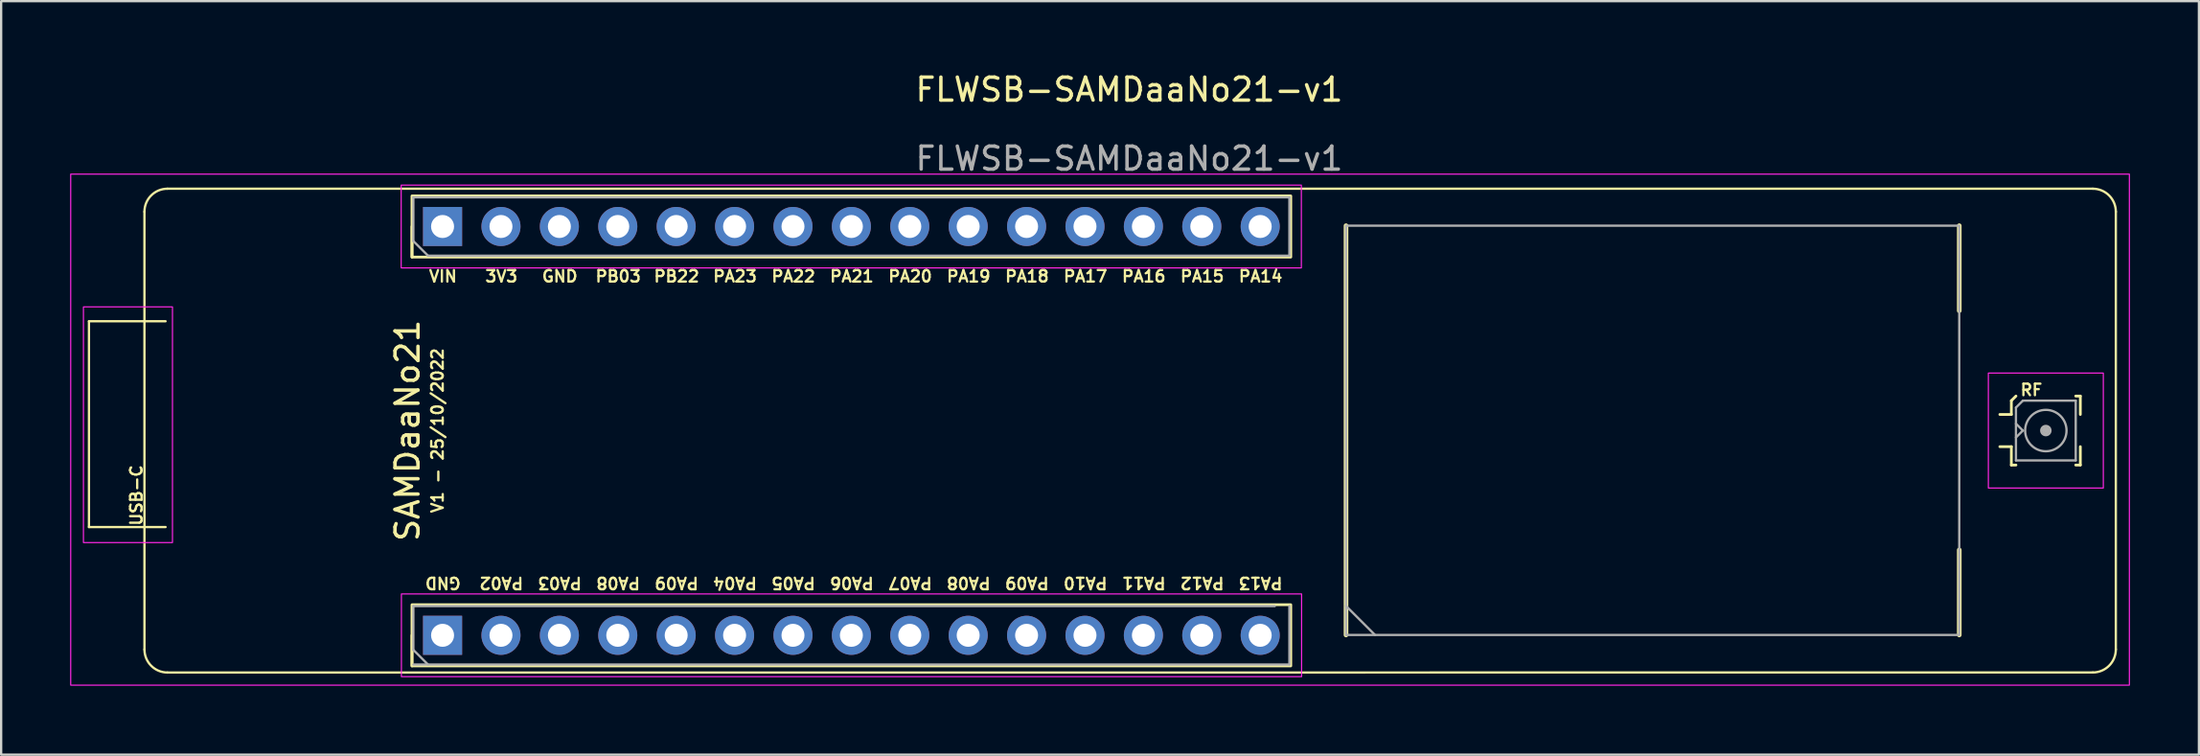
<source format=kicad_pcb>
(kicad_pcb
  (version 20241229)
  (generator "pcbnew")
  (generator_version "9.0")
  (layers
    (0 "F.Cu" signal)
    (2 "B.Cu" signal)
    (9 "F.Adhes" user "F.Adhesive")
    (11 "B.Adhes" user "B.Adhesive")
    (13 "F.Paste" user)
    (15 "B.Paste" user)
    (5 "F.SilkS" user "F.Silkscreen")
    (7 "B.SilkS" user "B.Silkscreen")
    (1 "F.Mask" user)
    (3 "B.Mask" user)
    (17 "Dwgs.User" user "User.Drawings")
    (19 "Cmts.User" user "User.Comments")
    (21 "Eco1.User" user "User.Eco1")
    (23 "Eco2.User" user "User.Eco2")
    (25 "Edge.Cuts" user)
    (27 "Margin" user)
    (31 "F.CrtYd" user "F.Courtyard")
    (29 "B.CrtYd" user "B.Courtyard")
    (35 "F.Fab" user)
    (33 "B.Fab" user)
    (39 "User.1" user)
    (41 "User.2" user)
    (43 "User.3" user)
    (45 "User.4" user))
  (footprint "FLWSB-SAMDaaNo21-v1"
    (layer "F.Cu")
    (at 46.061 1.348)
    (property "Reference" "FLWSB-SAMDaaNo21-v1" (at 0 -0.5 0) (unlocked yes) (layer "F.SilkS") (effects (font (size 1 1) (thickness 0.15))))
    (attr through_hole)
    (fp_line (start -45.242 9.574) (end -41.91 9.574) (stroke (width 0.1) (type solid)) (layer "F.SilkS"))
    (fp_line (start -45.242 18.524) (end -45.242 9.574) (stroke (width 0.1) (type solid)) (layer "F.SilkS"))
    (fp_line (start -42.828 23.851) (end -42.829 4.81) (stroke (width 0.1) (type solid)) (layer "F.SilkS"))
    (fp_line (start -41.91 18.524) (end -45.242 18.524) (stroke (width 0.1) (type solid)) (layer "F.SilkS"))
    (fp_line (start -41.829 3.81) (end 41.91 3.81) (stroke (width 0.1) (type solid)) (layer "F.SilkS"))
    (fp_line (start -31.193 6.783) (end -31.193 5.453) (stroke (width 0.12) (type solid)) (layer "F.SilkS"))
    (fp_line (start -31.193 24.563) (end -31.193 23.233) (stroke (width 0.12) (type solid)) (layer "F.SilkS"))
    (fp_line (start 9.43 5.418) (end 9.43 23.218) (stroke (width 0.2) (type solid)) (layer "F.SilkS"))
    (fp_line (start 36.1 5.418) (end 36.1 9.118) (stroke (width 0.2) (type solid)) (layer "F.SilkS"))
    (fp_line (start 36.1 19.518) (end 36.1 23.218) (stroke (width 0.2) (type solid)) (layer "F.SilkS"))
    (fp_line (start 38.366 13.028) (end 38.566 12.828) (stroke (width 0.12) (type solid)) (layer "F.SilkS"))
    (fp_line (start 38.366 13.628) (end 37.866 13.628) (stroke (width 0.12) (type solid)) (layer "F.SilkS"))
    (fp_line (start 38.366 13.628) (end 38.366 13.028) (stroke (width 0.12) (type solid)) (layer "F.SilkS"))
    (fp_line (start 38.366 15.028) (end 37.866 15.028) (stroke (width 0.12) (type solid)) (layer "F.SilkS"))
    (fp_line (start 38.366 15.828) (end 38.366 15.028) (stroke (width 0.12) (type solid)) (layer "F.SilkS"))
    (fp_line (start 38.566 15.828) (end 38.366 15.828) (stroke (width 0.12) (type solid)) (layer "F.SilkS"))
    (fp_line (start 41.166 12.828) (end 41.366 12.828) (stroke (width 0.12) (type solid)) (layer "F.SilkS"))
    (fp_line (start 41.366 12.828) (end 41.366 13.628) (stroke (width 0.12) (type solid)) (layer "F.SilkS"))
    (fp_line (start 41.366 15.028) (end 41.366 15.828) (stroke (width 0.12) (type solid)) (layer "F.SilkS"))
    (fp_line (start 41.366 15.828) (end 41.166 15.828) (stroke (width 0.12) (type solid)) (layer "F.SilkS"))
    (fp_line (start 41.91 24.849) (end -41.828 24.851) (stroke (width 0.1) (type solid)) (layer "F.SilkS"))
    (fp_line (start 42.91 4.81) (end 42.91 23.849) (stroke (width 0.1) (type solid)) (layer "F.SilkS"))
    (fp_rect (start -31.193 4.123) (end 7.027 6.783) (stroke (width 0.12) (type solid)) (fill no) (layer "F.SilkS"))
    (fp_rect (start -31.193 21.903) (end 7.027 24.563) (stroke (width 0.12) (type solid)) (fill no) (layer "F.SilkS"))
    (fp_arc (start -42.828806 4.81) (mid -42.535913 4.102893) (end -41.828806 3.81) (stroke (width 0.1) (type solid)) (layer "F.SilkS"))
    (fp_arc (start -41.827803 24.8512) (mid -42.53491 24.558307) (end -42.827803 23.8512) (stroke (width 0.1) (type solid)) (layer "F.SilkS"))
    (fp_arc (start 41.91 3.81) (mid 42.617107 4.102893) (end 42.91 4.81) (stroke (width 0.1) (type solid)) (layer "F.SilkS"))
    (fp_arc (start 42.909685 23.848929) (mid 42.616792 24.556036) (end 41.909685 24.848929) (stroke (width 0.1) (type solid)) (layer "F.SilkS"))
    (fp_rect (start -46.036 3.175) (end 43.499 25.4) (stroke (width 0.05) (type solid)) (fill no) (layer "F.CrtYd"))
    (fp_rect (start -45.482 8.949) (end -41.61 19.199) (stroke (width 0.05) (type solid)) (fill no) (layer "F.CrtYd"))
    (fp_rect (start -31.663 3.653) (end 7.487 7.253) (stroke (width 0.05) (type solid)) (fill no) (layer "F.CrtYd"))
    (fp_rect (start -31.653 21.433) (end 7.497 25.033) (stroke (width 0.05) (type solid)) (fill no) (layer "F.CrtYd"))
    (fp_rect (start 37.366 11.828) (end 42.366 16.828) (stroke (width 0.05) (type solid)) (fill no) (layer "F.CrtYd"))
    (fp_line (start -31.133 4.183) (end 6.967 4.183) (stroke (width 0.1) (type solid)) (layer "F.Fab"))
    (fp_line (start -31.133 6.088) (end -31.133 4.183) (stroke (width 0.1) (type solid)) (layer "F.Fab"))
    (fp_line (start -31.133 21.963) (end 6.332 21.963) (stroke (width 0.1) (type solid)) (layer "F.Fab"))
    (fp_line (start -31.133 23.868) (end -31.133 21.963) (stroke (width 0.1) (type solid)) (layer "F.Fab"))
    (fp_line (start -30.498 6.723) (end -31.133 6.088) (stroke (width 0.1) (type solid)) (layer "F.Fab"))
    (fp_line (start -30.498 24.503) (end -31.133 23.868) (stroke (width 0.1) (type solid)) (layer "F.Fab"))
    (fp_line (start 6.967 4.183) (end 6.967 6.723) (stroke (width 0.1) (type solid)) (layer "F.Fab"))
    (fp_line (start 6.967 6.723) (end -30.498 6.723) (stroke (width 0.1) (type solid)) (layer "F.Fab"))
    (fp_line (start 6.967 21.963) (end 6.967 24.503) (stroke (width 0.1) (type solid)) (layer "F.Fab"))
    (fp_line (start 6.967 24.503) (end -31.133 24.503) (stroke (width 0.1) (type solid)) (layer "F.Fab"))
    (fp_line (start 10.69 23.218) (end 9.43 21.958) (stroke (width 0.1) (type solid)) (layer "F.Fab"))
    (fp_line (start 38.566 13.328) (end 38.566 15.628) (stroke (width 0.1) (type solid)) (layer "F.Fab"))
    (fp_line (start 38.566 14.028) (end 38.866 14.328) (stroke (width 0.1) (type solid)) (layer "F.Fab"))
    (fp_line (start 38.866 13.028) (end 38.566 13.328) (stroke (width 0.1) (type solid)) (layer "F.Fab"))
    (fp_line (start 38.866 14.328) (end 38.566 14.628) (stroke (width 0.1) (type solid)) (layer "F.Fab"))
    (fp_line (start 41.166 13.028) (end 38.866 13.028) (stroke (width 0.1) (type solid)) (layer "F.Fab"))
    (fp_line (start 41.166 13.028) (end 41.166 15.628) (stroke (width 0.1) (type solid)) (layer "F.Fab"))
    (fp_line (start 41.166 15.628) (end 38.566 15.628) (stroke (width 0.1) (type solid)) (layer "F.Fab"))
    (fp_rect (start 9.43 5.418) (end 36.1 23.218) (stroke (width 0.1) (type solid)) (fill no) (layer "F.Fab"))
    (fp_circle (center 39.866 14.328) (end 39.666 14.328) (stroke (width 0.1) (type solid)) (fill no) (layer "F.Fab"))
    (fp_circle (center 39.866 14.328) (end 39.741 14.328) (stroke (width 0.1) (type solid)) (fill no) (layer "F.Fab"))
    (fp_circle (center 39.866 14.328) (end 39.816 14.328) (stroke (width 0.1) (type solid)) (fill no) (layer "F.Fab"))
    (fp_circle (center 39.866 14.328) (end 39.866 15.228) (stroke (width 0.1) (type solid)) (fill no) (layer "F.Fab"))
    (fp_text user "RF" (at 39.236 12.563 0) (unlocked yes) (layer "F.SilkS") (effects (font (size 0.5 0.5) (thickness 0.1))))
    (fp_text user "PA13" (at 5.715 20.955 180) (unlocked yes) (layer "F.SilkS") (effects (font (size 0.5 0.5) (thickness 0.1))))
    (fp_text user "PA04" (at -17.145 20.955 180) (unlocked yes) (layer "F.SilkS") (effects (font (size 0.5 0.5) (thickness 0.1))))
    (fp_text user "SAMDaaNo21" (at -31.387 14.328 90) (layer "F.SilkS") (effects (font (size 1 1) (thickness 0.15))))
    (fp_text user "PA12" (at 3.175 20.955 180) (unlocked yes) (layer "F.SilkS") (effects (font (size 0.5 0.5) (thickness 0.1))))
    (fp_text user "GND" (at -29.845 20.955 180) (unlocked yes) (layer "F.SilkS") (effects (font (size 0.5 0.5) (thickness 0.1))))
    (fp_text user "PA09" (at -19.685 20.955 180) (unlocked yes) (layer "F.SilkS") (effects (font (size 0.5 0.5) (thickness 0.1))))
    (fp_text user "USB-C" (at -43.18 17.145 90) (unlocked yes) (layer "F.SilkS") (effects (font (size 0.5 0.5) (thickness 0.1))))
    (fp_text user "PA08" (at -6.985 20.955 180) (unlocked yes) (layer "F.SilkS") (effects (font (size 0.5 0.5) (thickness 0.1))))
    (fp_text user "PA21" (at -12.065 7.62 0) (unlocked yes) (layer "F.SilkS") (effects (font (size 0.5 0.5) (thickness 0.1))))
    (fp_text user "PB22" (at -19.685 7.62 0) (unlocked yes) (layer "F.SilkS") (effects (font (size 0.5 0.5) (thickness 0.1))))
    (fp_text user "PA08" (at -22.225 20.955 180) (unlocked yes) (layer "F.SilkS") (effects (font (size 0.5 0.5) (thickness 0.1))))
    (fp_text user "3V3" (at -27.305 7.62 0) (unlocked yes) (layer "F.SilkS") (effects (font (size 0.5 0.5) (thickness 0.1))))
    (fp_text user "PA20" (at -9.525 7.62 0) (unlocked yes) (layer "F.SilkS") (effects (font (size 0.5 0.5) (thickness 0.1))))
    (fp_text user "PA19" (at -6.985 7.62 0) (unlocked yes) (layer "F.SilkS") (effects (font (size 0.5 0.5) (thickness 0.1))))
    (fp_text user "PA06" (at -12.065 20.955 180) (unlocked yes) (layer "F.SilkS") (effects (font (size 0.5 0.5) (thickness 0.1))))
    (fp_text user "PA17" (at -1.905 7.62 0) (unlocked yes) (layer "F.SilkS") (effects (font (size 0.5 0.5) (thickness 0.1))))
    (fp_text user "PA16" (at 0.635 7.62 0) (unlocked yes) (layer "F.SilkS") (effects (font (size 0.5 0.5) (thickness 0.1))))
    (fp_text user "PA23" (at -17.145 7.62 0) (unlocked yes) (layer "F.SilkS") (effects (font (size 0.5 0.5) (thickness 0.1))))
    (fp_text user "PB03" (at -22.225 7.62 0) (unlocked yes) (layer "F.SilkS") (effects (font (size 0.5 0.5) (thickness 0.1))))
    (fp_text user "PA15" (at 3.175 7.62 0) (unlocked yes) (layer "F.SilkS") (effects (font (size 0.5 0.5) (thickness 0.1))))
    (fp_text user "VIN" (at -29.845 7.62 0) (unlocked yes) (layer "F.SilkS") (effects (font (size 0.5 0.5) (thickness 0.1))))
    (fp_text user "PA09" (at -4.445 20.955 180) (unlocked yes) (layer "F.SilkS") (effects (font (size 0.5 0.5) (thickness 0.1))))
    (fp_text user "PA11" (at 0.635 20.955 180) (unlocked yes) (layer "F.SilkS") (effects (font (size 0.5 0.5) (thickness 0.1))))
    (fp_text user "PA10" (at -1.905 20.955 180) (unlocked yes) (layer "F.SilkS") (effects (font (size 0.5 0.5) (thickness 0.1))))
    (fp_text user "PA07" (at -9.525 20.955 180) (unlocked yes) (layer "F.SilkS") (effects (font (size 0.5 0.5) (thickness 0.1))))
    (fp_text user "PA02" (at -27.305 20.955 180) (unlocked yes) (layer "F.SilkS") (effects (font (size 0.5 0.5) (thickness 0.1))))
    (fp_text user "PA18" (at -4.445 7.62 0) (unlocked yes) (layer "F.SilkS") (effects (font (size 0.5 0.5) (thickness 0.1))))
    (fp_text user "V1 - 25/10/2022" (at -30.083 14.328 90) (layer "F.SilkS") (effects (font (size 0.5 0.5) (thickness 0.1))))
    (fp_text user "PA22" (at -14.605 7.62 0) (unlocked yes) (layer "F.SilkS") (effects (font (size 0.5 0.5) (thickness 0.1))))
    (fp_text user "GND" (at -24.765 7.62 0) (unlocked yes) (layer "F.SilkS") (effects (font (size 0.5 0.5) (thickness 0.1))))
    (fp_text user "PA05" (at -14.605 20.955 180) (unlocked yes) (layer "F.SilkS") (effects (font (size 0.5 0.5) (thickness 0.1))))
    (fp_text user "PA14" (at 5.715 7.62 0) (unlocked yes) (layer "F.SilkS") (effects (font (size 0.5 0.5) (thickness 0.1))))
    (fp_text user "PA03" (at -24.765 20.955 180) (unlocked yes) (layer "F.SilkS") (effects (font (size 0.5 0.5) (thickness 0.1))))
    (fp_text user "${REFERENCE}" (at 0 2.5 0) (unlocked yes) (layer "F.Fab") (effects (font (size 1 1) (thickness 0.15))))
    (pad "1" thru_hole rect (at -29.863 23.233 90) (size 1.7 1.7) (drill 1) (layers "*.Cu" "*.Mask"))
    (pad "2" thru_hole oval (at -27.323 23.233 90) (size 1.7 1.7) (drill 1) (layers "*.Cu" "*.Mask"))
    (pad "3" thru_hole oval (at -24.783 23.233 90) (size 1.7 1.7) (drill 1) (layers "*.Cu" "*.Mask"))
    (pad "4" thru_hole oval (at -22.243 23.233 90) (size 1.7 1.7) (drill 1) (layers "*.Cu" "*.Mask"))
    (pad "5" thru_hole oval (at -19.703 23.233 90) (size 1.7 1.7) (drill 1) (layers "*.Cu" "*.Mask"))
    (pad "6" thru_hole oval (at -17.163 23.233 90) (size 1.7 1.7) (drill 1) (layers "*.Cu" "*.Mask"))
    (pad "7" thru_hole oval (at -14.623 23.233 90) (size 1.7 1.7) (drill 1) (layers "*.Cu" "*.Mask"))
    (pad "8" thru_hole oval (at -12.083 23.233 90) (size 1.7 1.7) (drill 1) (layers "*.Cu" "*.Mask"))
    (pad "9" thru_hole oval (at -9.543 23.233 90) (size 1.7 1.7) (drill 1) (layers "*.Cu" "*.Mask"))
    (pad "10" thru_hole oval (at -7.003 23.233 90) (size 1.7 1.7) (drill 1) (layers "*.Cu" "*.Mask"))
    (pad "11" thru_hole oval (at -4.463 23.233 90) (size 1.7 1.7) (drill 1) (layers "*.Cu" "*.Mask"))
    (pad "12" thru_hole oval (at -1.923 23.233 90) (size 1.7 1.7) (drill 1) (layers "*.Cu" "*.Mask"))
    (pad "13" thru_hole oval (at 0.617 23.233 90) (size 1.7 1.7) (drill 1) (layers "*.Cu" "*.Mask"))
    (pad "14" thru_hole oval (at 3.157 23.233 90) (size 1.7 1.7) (drill 1) (layers "*.Cu" "*.Mask"))
    (pad "15" thru_hole oval (at 5.697 23.233 90) (size 1.7 1.7) (drill 1) (layers "*.Cu" "*.Mask"))
    (pad "16" thru_hole oval (at 5.697 5.453 90) (size 1.7 1.7) (drill 1) (layers "*.Cu" "*.Mask"))
    (pad "17" thru_hole oval (at 3.157 5.453 90) (size 1.7 1.7) (drill 1) (layers "*.Cu" "*.Mask"))
    (pad "18" thru_hole oval (at 0.617 5.453 90) (size 1.7 1.7) (drill 1) (layers "*.Cu" "*.Mask"))
    (pad "19" thru_hole oval (at -1.923 5.453 90) (size 1.7 1.7) (drill 1) (layers "*.Cu" "*.Mask"))
    (pad "20" thru_hole oval (at -4.463 5.453 90) (size 1.7 1.7) (drill 1) (layers "*.Cu" "*.Mask"))
    (pad "21" thru_hole oval (at -7.003 5.453 90) (size 1.7 1.7) (drill 1) (layers "*.Cu" "*.Mask"))
    (pad "22" thru_hole oval (at -9.543 5.453 90) (size 1.7 1.7) (drill 1) (layers "*.Cu" "*.Mask"))
    (pad "23" thru_hole oval (at -12.083 5.453 90) (size 1.7 1.7) (drill 1) (layers "*.Cu" "*.Mask"))
    (pad "24" thru_hole oval (at -14.623 5.453 90) (size 1.7 1.7) (drill 1) (layers "*.Cu" "*.Mask"))
    (pad "25" thru_hole oval (at -17.163 5.453 90) (size 1.7 1.7) (drill 1) (layers "*.Cu" "*.Mask"))
    (pad "26" thru_hole oval (at -19.703 5.453 90) (size 1.7 1.7) (drill 1) (layers "*.Cu" "*.Mask"))
    (pad "27" thru_hole oval (at -22.243 5.453 90) (size 1.7 1.7) (drill 1) (layers "*.Cu" "*.Mask"))
    (pad "28" thru_hole oval (at -24.783 5.453 90) (size 1.7 1.7) (drill 1) (layers "*.Cu" "*.Mask"))
    (pad "29" thru_hole oval (at -27.323 5.453 90) (size 1.7 1.7) (drill 1) (layers "*.Cu" "*.Mask"))
    (pad "30" thru_hole rect (at -29.863 5.453 90) (size 1.7 1.7) (drill 1) (layers "*.Cu" "*.Mask")))
  (gr_rect
    (start -3 -3)
    (end 92.585 29.773)
    (stroke (width 0.1) (type default))
    (fill no)
    (layer "Edge.Cuts")))
</source>
